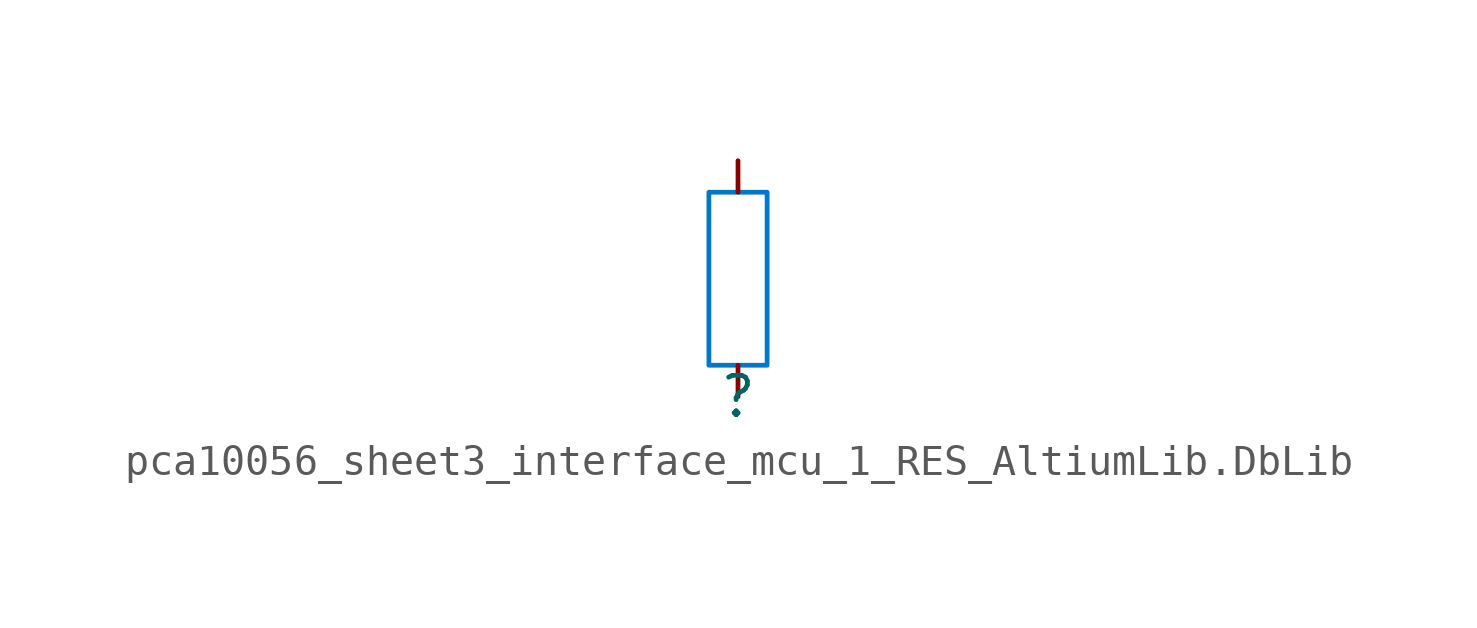
<source format=kicad_sym>
(kicad_symbol_lib
  (version 20241209)
  (generator "kicad_symbol_editor")
  (generator_version "9.0")
  (symbol "pca10056_sheet3_interface_mcu_1_RES_AltiumLib.DbLib"
    (pin_numbers
      (hide yes))
    (pin_names
      (hide yes))
    (property "Reference" ""
      (at 0 0 0)
      (effects (font (size 1.27 1.27))))
    (property "Value" ""
      (at 0 0 0)
      (effects (font (size 1.27 1.27))))
    (symbol "pca10056_sheet3_interface_mcu_1_RES_AltiumLib.DbLib_1_0"
      (polyline (pts (xy -0.94 6.604) (xy -0.94 1.016) (xy 0.94 1.016) (xy 0.94 6.604) (xy -0.94 6.604)) (stroke (width 0) (type solid) (color 0 119 200 1)) (fill (type none)))
      (pin passive line (at 0 7.62 270) (length 1.016) (name "2" (effects (font (size 1.27 1.27)))) (number "2" (effects (font (size 1.27 1.27)))))
      (pin passive line (at 0 0 90) (length 1.016) (name "1" (effects (font (size 1.27 1.27)))) (number "1" (effects (font (size 1.27 1.27))))))))
</source>
